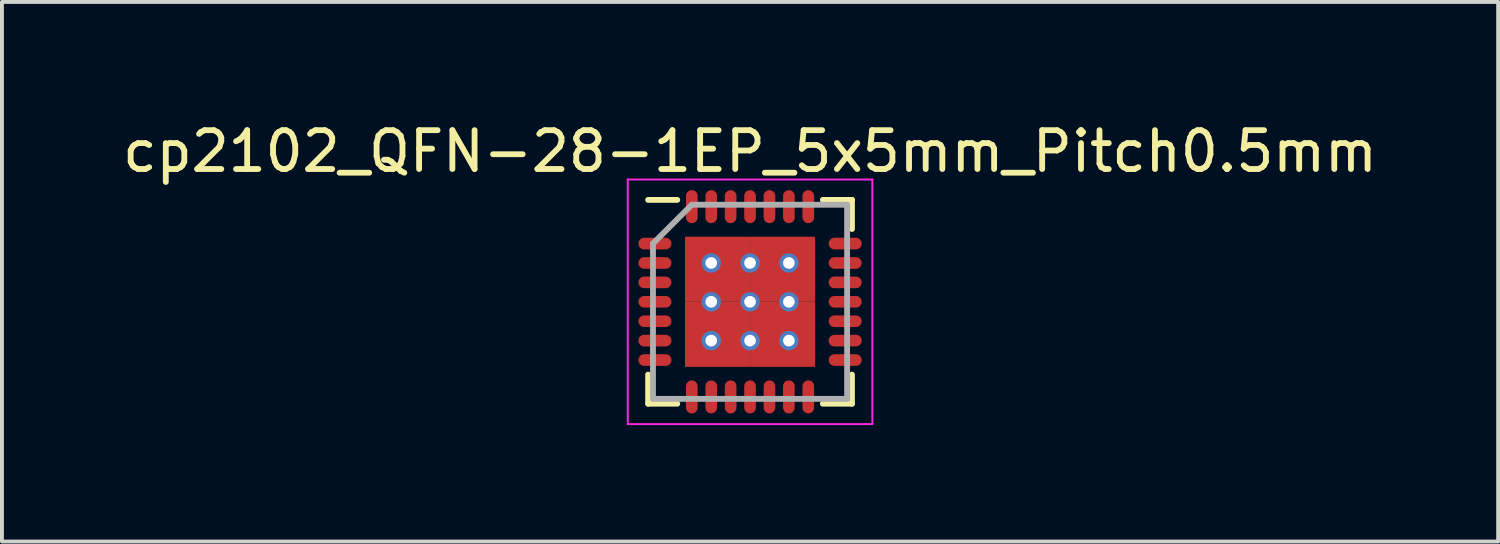
<source format=kicad_pcb>
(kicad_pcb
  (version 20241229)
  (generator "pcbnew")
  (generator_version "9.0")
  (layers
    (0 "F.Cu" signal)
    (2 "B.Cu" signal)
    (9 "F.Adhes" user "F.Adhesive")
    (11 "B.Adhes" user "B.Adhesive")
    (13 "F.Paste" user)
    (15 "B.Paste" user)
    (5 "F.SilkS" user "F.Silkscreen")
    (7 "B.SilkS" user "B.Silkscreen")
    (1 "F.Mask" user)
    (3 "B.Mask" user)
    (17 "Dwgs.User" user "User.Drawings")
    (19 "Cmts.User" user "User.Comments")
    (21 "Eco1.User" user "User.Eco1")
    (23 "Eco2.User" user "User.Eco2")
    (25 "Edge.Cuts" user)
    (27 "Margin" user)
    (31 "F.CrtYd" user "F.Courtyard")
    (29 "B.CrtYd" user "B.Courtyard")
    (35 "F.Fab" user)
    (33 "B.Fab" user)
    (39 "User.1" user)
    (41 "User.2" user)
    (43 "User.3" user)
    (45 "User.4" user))
  (footprint "cp2102_QFN-28-1EP_5x5mm_Pitch0.5mm"
    (layer "F.Cu")
    (at 16.268 4.723)
    (property "Reference" "cp2102_QFN-28-1EP_5x5mm_Pitch0.5mm" (at 0 -3.875 0) (layer "F.SilkS") (effects (font (size 1 1) (thickness 0.15))))
    (attr smd)
    (fp_line (start -2.625 -2.625) (end -1.875 -2.625) (stroke (width 0.15) (type solid)) (layer "F.SilkS"))
    (fp_line (start -2.625 2.625) (end -2.625 1.875) (stroke (width 0.15) (type solid)) (layer "F.SilkS"))
    (fp_line (start -2.625 2.625) (end -1.875 2.625) (stroke (width 0.15) (type solid)) (layer "F.SilkS"))
    (fp_line (start 2.625 -2.625) (end 1.875 -2.625) (stroke (width 0.15) (type solid)) (layer "F.SilkS"))
    (fp_line (start 2.625 -2.625) (end 2.625 -1.875) (stroke (width 0.15) (type solid)) (layer "F.SilkS"))
    (fp_line (start 2.625 2.625) (end 1.875 2.625) (stroke (width 0.15) (type solid)) (layer "F.SilkS"))
    (fp_line (start 2.625 2.625) (end 2.625 1.875) (stroke (width 0.15) (type solid)) (layer "F.SilkS"))
    (fp_line (start -3.15 -3.15) (end -3.15 3.15) (stroke (width 0.05) (type solid)) (layer "F.CrtYd"))
    (fp_line (start -3.15 -3.15) (end 3.15 -3.15) (stroke (width 0.05) (type solid)) (layer "F.CrtYd"))
    (fp_line (start -3.15 3.15) (end 3.15 3.15) (stroke (width 0.05) (type solid)) (layer "F.CrtYd"))
    (fp_line (start 3.15 -3.15) (end 3.15 3.15) (stroke (width 0.05) (type solid)) (layer "F.CrtYd"))
    (fp_line (start -2.5 -1.5) (end -1.5 -2.5) (stroke (width 0.15) (type solid)) (layer "F.Fab"))
    (fp_line (start -2.5 2.5) (end -2.5 -1.5) (stroke (width 0.15) (type solid)) (layer "F.Fab"))
    (fp_line (start -1.5 -2.5) (end 2.5 -2.5) (stroke (width 0.15) (type solid)) (layer "F.Fab"))
    (fp_line (start 2.5 -2.5) (end 2.5 2.5) (stroke (width 0.15) (type solid)) (layer "F.Fab"))
    (fp_line (start 2.5 2.5) (end -2.5 2.5) (stroke (width 0.15) (type solid)) (layer "F.Fab"))
    (pad "1" smd oval (at -2.45 -1.5) (size 0.85 0.3) (layers "F.Cu" "F.Mask" "F.Paste"))
    (pad "2" smd oval (at -2.45 -1) (size 0.85 0.3) (layers "F.Cu" "F.Mask" "F.Paste"))
    (pad "3" smd oval (at -2.45 -0.5) (size 0.85 0.3) (layers "F.Cu" "F.Mask" "F.Paste"))
    (pad "4" smd oval (at -2.45 0) (size 0.85 0.3) (layers "F.Cu" "F.Mask" "F.Paste"))
    (pad "5" smd oval (at -2.45 0.5) (size 0.85 0.3) (layers "F.Cu" "F.Mask" "F.Paste"))
    (pad "6" smd oval (at -2.45 1) (size 0.85 0.3) (layers "F.Cu" "F.Mask" "F.Paste"))
    (pad "7" smd oval (at -2.45 1.5) (size 0.85 0.3) (layers "F.Cu" "F.Mask" "F.Paste"))
    (pad "8" smd oval (at -1.5 2.45 90) (size 0.85 0.3) (layers "F.Cu" "F.Mask" "F.Paste"))
    (pad "9" smd oval (at -1 2.45 90) (size 0.85 0.3) (layers "F.Cu" "F.Mask" "F.Paste"))
    (pad "10" smd oval (at -0.5 2.45 90) (size 0.85 0.3) (layers "F.Cu" "F.Mask" "F.Paste"))
    (pad "11" smd oval (at 0 2.45 90) (size 0.85 0.3) (layers "F.Cu" "F.Mask" "F.Paste"))
    (pad "12" smd oval (at 0.5 2.45 90) (size 0.85 0.3) (layers "F.Cu" "F.Mask" "F.Paste"))
    (pad "13" smd oval (at 1 2.45 90) (size 0.85 0.3) (layers "F.Cu" "F.Mask" "F.Paste"))
    (pad "14" smd oval (at 1.5 2.45 90) (size 0.85 0.3) (layers "F.Cu" "F.Mask" "F.Paste"))
    (pad "15" smd oval (at 2.45 1.5) (size 0.85 0.3) (layers "F.Cu" "F.Mask" "F.Paste"))
    (pad "16" smd oval (at 2.45 1) (size 0.85 0.3) (layers "F.Cu" "F.Mask" "F.Paste"))
    (pad "17" smd oval (at 2.45 0.5) (size 0.85 0.3) (layers "F.Cu" "F.Mask" "F.Paste"))
    (pad "18" smd oval (at 2.45 0) (size 0.85 0.3) (layers "F.Cu" "F.Mask" "F.Paste"))
    (pad "19" smd oval (at 2.45 -0.5) (size 0.85 0.3) (layers "F.Cu" "F.Mask" "F.Paste"))
    (pad "20" smd oval (at 2.45 -1) (size 0.85 0.3) (layers "F.Cu" "F.Mask" "F.Paste"))
    (pad "21" smd oval (at 2.45 -1.5) (size 0.85 0.3) (layers "F.Cu" "F.Mask" "F.Paste"))
    (pad "22" smd oval (at 1.5 -2.45 90) (size 0.85 0.3) (layers "F.Cu" "F.Mask" "F.Paste"))
    (pad "23" smd oval (at 1 -2.45 90) (size 0.85 0.3) (layers "F.Cu" "F.Mask" "F.Paste"))
    (pad "24" smd oval (at 0.5 -2.45 90) (size 0.85 0.3) (layers "F.Cu" "F.Mask" "F.Paste"))
    (pad "25" smd oval (at 0 -2.45 90) (size 0.85 0.3) (layers "F.Cu" "F.Mask" "F.Paste"))
    (pad "26" smd oval (at -0.5 -2.45 90) (size 0.85 0.3) (layers "F.Cu" "F.Mask" "F.Paste"))
    (pad "27" smd oval (at -1 -2.45 90) (size 0.85 0.3) (layers "F.Cu" "F.Mask" "F.Paste"))
    (pad "28" smd oval (at -1.5 -2.45 90) (size 0.85 0.3) (layers "F.Cu" "F.Mask" "F.Paste"))
    (pad "29" thru_hole circle (at -1 -1) (size 0.5 0.5) (drill 0.3) (layers "*.Cu"))
    (pad "29" thru_hole circle (at -1 0) (size 0.5 0.5) (drill 0.3) (layers "*.Cu"))
    (pad "29" thru_hole circle (at -1 1) (size 0.5 0.5) (drill 0.3) (layers "*.Cu"))
    (pad "29" smd rect (at -0.838 -0.838) (size 1.675 1.675) (layers "F.Cu" "F.Mask" "F.Paste"))
    (pad "29" smd rect (at -0.838 0.838) (size 1.675 1.675) (layers "F.Cu" "F.Mask" "F.Paste"))
    (pad "29" thru_hole circle (at 0 -1 90) (size 0.5 0.5) (drill 0.3) (layers "*.Cu"))
    (pad "29" thru_hole circle (at 0 0) (size 0.5 0.5) (drill 0.3) (layers "*.Cu"))
    (pad "29" thru_hole circle (at 0 1) (size 0.5 0.5) (drill 0.3) (layers "*.Cu"))
    (pad "29" smd rect (at 0.838 -0.838) (size 1.675 1.675) (layers "F.Cu" "F.Mask" "F.Paste"))
    (pad "29" smd rect (at 0.838 0.838) (size 1.675 1.675) (layers "F.Cu" "F.Mask" "F.Paste"))
    (pad "29" thru_hole circle (at 1 -1) (size 0.5 0.5) (drill 0.3) (layers "*.Cu"))
    (pad "29" thru_hole circle (at 1 0) (size 0.5 0.5) (drill 0.3) (layers "*.Cu"))
    (pad "29" thru_hole circle (at 1 1 90) (size 0.5 0.5) (drill 0.3) (layers "*.Cu")))
  (gr_rect
    (start -3 -3)
    (end 35.536 10.898)
    (stroke (width 0.1) (type default))
    (fill no)
    (layer "Edge.Cuts")))
</source>
